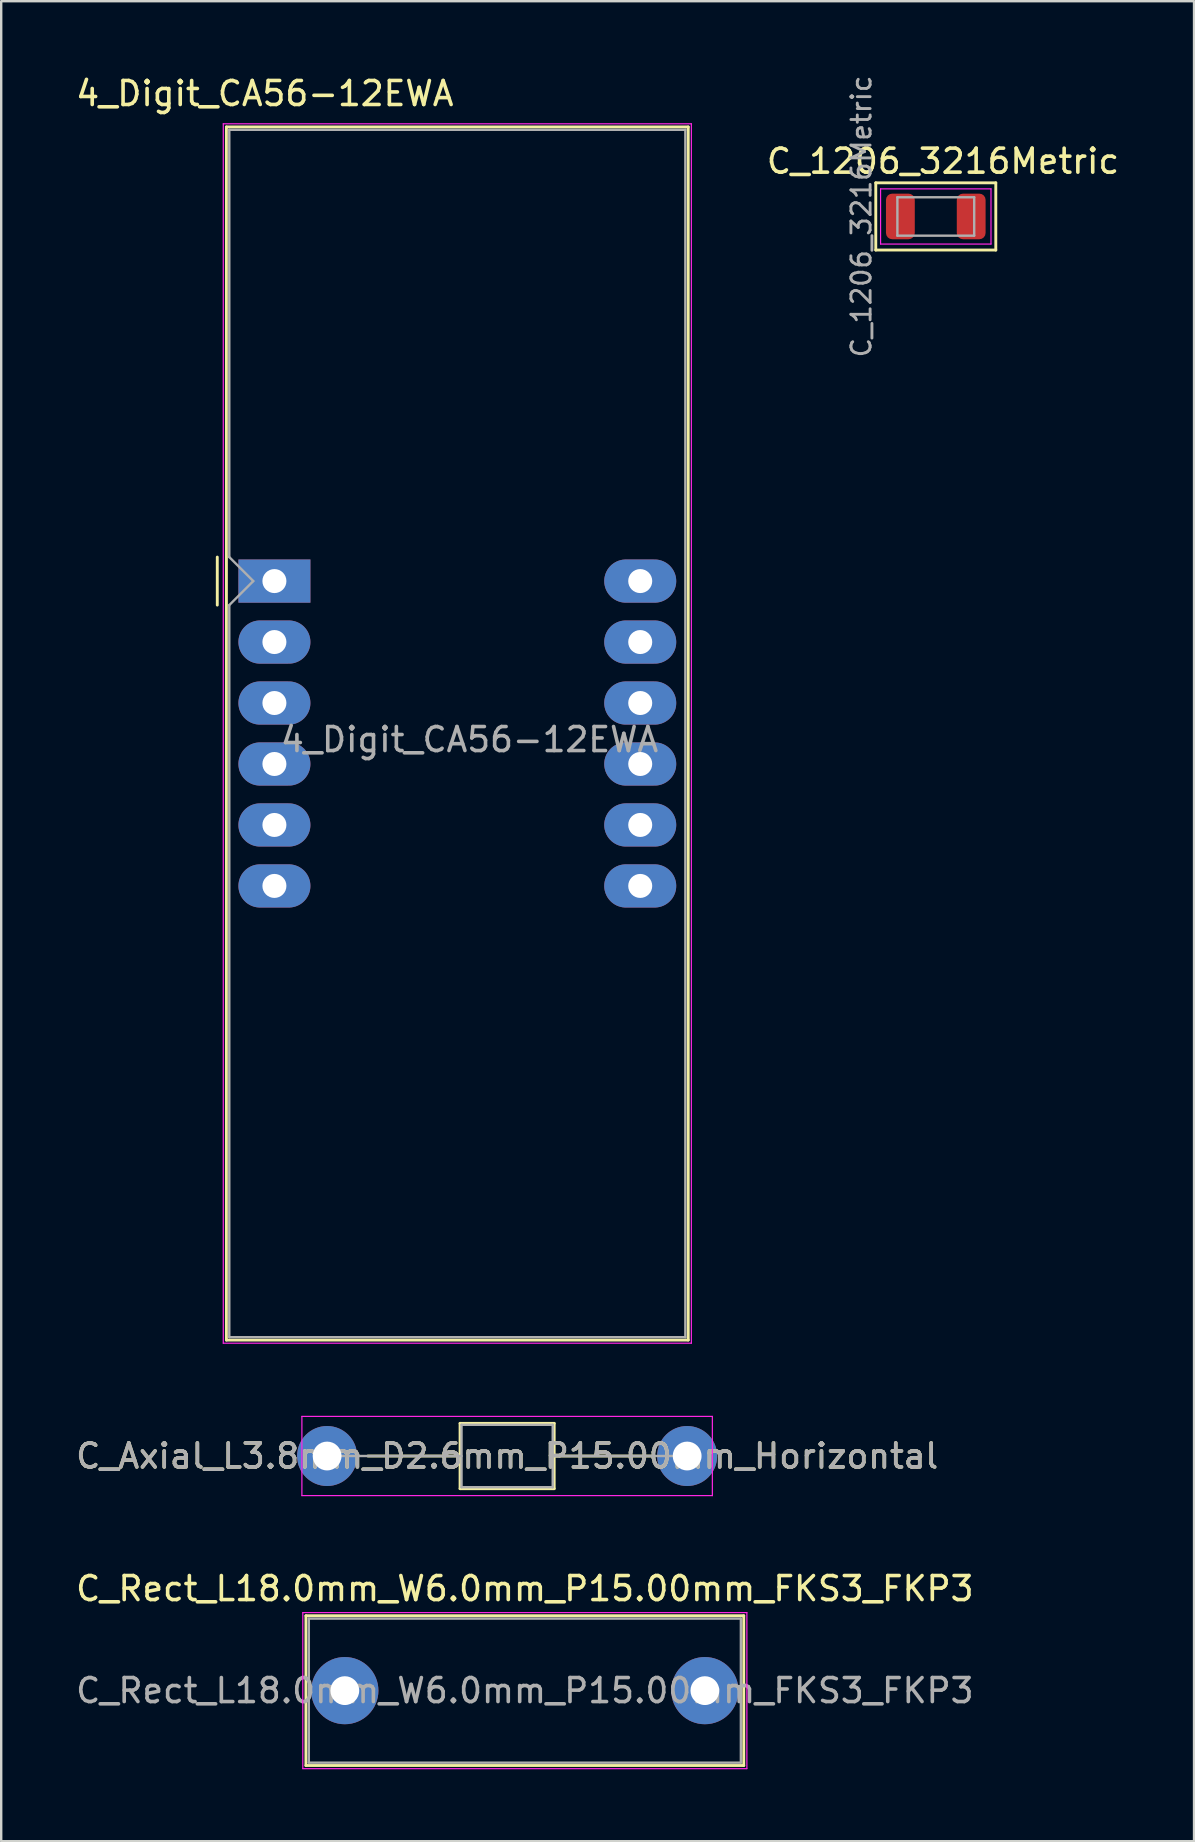
<source format=kicad_pcb>
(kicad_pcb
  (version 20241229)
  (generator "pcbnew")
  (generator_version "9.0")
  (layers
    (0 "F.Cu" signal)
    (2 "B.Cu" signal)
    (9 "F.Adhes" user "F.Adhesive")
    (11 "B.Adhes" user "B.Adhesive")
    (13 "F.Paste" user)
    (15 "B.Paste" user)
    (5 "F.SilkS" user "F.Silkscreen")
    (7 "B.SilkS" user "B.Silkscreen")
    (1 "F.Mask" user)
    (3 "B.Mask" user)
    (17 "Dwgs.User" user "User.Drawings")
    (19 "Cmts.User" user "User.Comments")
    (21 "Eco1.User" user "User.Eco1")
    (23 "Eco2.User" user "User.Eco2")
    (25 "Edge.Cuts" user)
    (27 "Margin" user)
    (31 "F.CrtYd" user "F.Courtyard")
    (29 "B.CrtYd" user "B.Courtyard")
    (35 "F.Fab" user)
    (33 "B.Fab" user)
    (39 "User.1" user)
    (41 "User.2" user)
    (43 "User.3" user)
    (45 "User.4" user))
  (footprint "4_Digit_CA56-12EWA"
    (layer "F.Cu")
    (at 8.382 21.158)
    (property "Reference" "4_Digit_CA56-12EWA" (at -0.4 -20.31 0) (layer "F.SilkS") (effects (font (size 1 1) (thickness 0.15))))
    (attr through_hole)
    (fp_line (start -2.38 -1) (end -2.38 1) (stroke (width 0.12) (type solid)) (layer "F.SilkS"))
    (fp_line (start -2 -18.92) (end -2 31.62) (stroke (width 0.12) (type solid)) (layer "F.SilkS"))
    (fp_line (start -2 -18.92) (end 17.24 -18.92) (stroke (width 0.12) (type solid)) (layer "F.SilkS"))
    (fp_line (start -2 31.62) (end 17.24 31.62) (stroke (width 0.12) (type solid)) (layer "F.SilkS"))
    (fp_line (start 17.24 31.62) (end 17.24 -18.92) (stroke (width 0.12) (type solid)) (layer "F.SilkS"))
    (fp_line (start -2.13 -19.05) (end 17.37 -19.05) (stroke (width 0.05) (type solid)) (layer "F.CrtYd"))
    (fp_line (start -2.13 31.75) (end -2.13 -19.05) (stroke (width 0.05) (type solid)) (layer "F.CrtYd"))
    (fp_line (start 17.37 -19.05) (end 17.37 31.75) (stroke (width 0.05) (type solid)) (layer "F.CrtYd"))
    (fp_line (start 17.37 31.75) (end -2.13 31.75) (stroke (width 0.05) (type solid)) (layer "F.CrtYd"))
    (fp_line (start -1.88 -18.8) (end 17.12 -18.8) (stroke (width 0.1) (type solid)) (layer "F.Fab"))
    (fp_line (start -1.88 -1) (end -1.88 -18.8) (stroke (width 0.1) (type solid)) (layer "F.Fab"))
    (fp_line (start -1.88 1) (end -1.88 31.5) (stroke (width 0.1) (type solid)) (layer "F.Fab"))
    (fp_line (start -1.88 1) (end -0.88 0) (stroke (width 0.1) (type solid)) (layer "F.Fab"))
    (fp_line (start -1.88 31.5) (end 17.12 31.5) (stroke (width 0.1) (type solid)) (layer "F.Fab"))
    (fp_line (start -0.88 0) (end -1.88 -1) (stroke (width 0.1) (type solid)) (layer "F.Fab"))
    (fp_line (start 17.12 -18.8) (end 17.12 31.5) (stroke (width 0.1) (type solid)) (layer "F.Fab"))
    (fp_text user "${REFERENCE}" (at 8.128 6.604 0) (layer "F.Fab") (effects (font (size 1 1) (thickness 0.15))))
    (pad "1" thru_hole rect (at 0 0) (size 3 1.8) (drill 1) (layers "*.Cu" "*.Mask"))
    (pad "2" thru_hole oval (at 0 2.54) (size 3 1.8) (drill 1) (layers "*.Cu" "*.Mask"))
    (pad "3" thru_hole oval (at 0 5.08) (size 3 1.8) (drill 1) (layers "*.Cu" "*.Mask"))
    (pad "4" thru_hole oval (at 0 7.62) (size 3 1.8) (drill 1) (layers "*.Cu" "*.Mask"))
    (pad "5" thru_hole oval (at 0 10.16) (size 3 1.8) (drill 1) (layers "*.Cu" "*.Mask"))
    (pad "6" thru_hole oval (at 0 12.7) (size 3 1.8) (drill 1) (layers "*.Cu" "*.Mask"))
    (pad "7" thru_hole oval (at 15.24 12.7) (size 3 1.8) (drill 1) (layers "*.Cu" "*.Mask"))
    (pad "8" thru_hole oval (at 15.24 10.16) (size 3 1.8) (drill 1) (layers "*.Cu" "*.Mask"))
    (pad "9" thru_hole oval (at 15.24 7.62) (size 3 1.8) (drill 1) (layers "*.Cu" "*.Mask"))
    (pad "10" thru_hole oval (at 15.24 5.08) (size 3 1.8) (drill 1) (layers "*.Cu" "*.Mask"))
    (pad "11" thru_hole oval (at 15.24 2.54) (size 3 1.8) (drill 1) (layers "*.Cu" "*.Mask"))
    (pad "12" thru_hole oval (at 15.24 0) (size 3 1.8) (drill 1) (layers "*.Cu" "*.Mask")))
  (footprint "C_Axial_L3.8mm_D2.6mm_P15.00mm_Horizontal"
    (layer "F.Cu")
    (at 10.577 57.608)
    (property "Reference" "C_Axial_L3.8mm_D2.6mm_P15.00mm_Horizontal" (at 7.5 0 0) (layer "F.SilkS") (effects (font (size 1 1) (thickness 0.15))))
    (attr through_hole)
    (fp_line (start 5.5 0) (end 1.7 0) (stroke (width 0.12) (type solid)) (layer "F.SilkS"))
    (fp_line (start 5.54 -1.36) (end 5.54 1.36) (stroke (width 0.12) (type solid)) (layer "F.SilkS"))
    (fp_line (start 5.54 1.36) (end 9.46 1.36) (stroke (width 0.12) (type solid)) (layer "F.SilkS"))
    (fp_line (start 9.46 -1.36) (end 5.54 -1.36) (stroke (width 0.12) (type solid)) (layer "F.SilkS"))
    (fp_line (start 9.46 1.36) (end 9.46 -1.36) (stroke (width 0.12) (type solid)) (layer "F.SilkS"))
    (fp_line (start 9.5 0) (end 13.5 0) (stroke (width 0.12) (type solid)) (layer "F.SilkS"))
    (fp_line (start -1.05 -1.65) (end -1.05 1.65) (stroke (width 0.05) (type solid)) (layer "F.CrtYd"))
    (fp_line (start -1.05 1.65) (end 16.05 1.65) (stroke (width 0.05) (type solid)) (layer "F.CrtYd"))
    (fp_line (start 16.05 -1.65) (end -1.05 -1.65) (stroke (width 0.05) (type solid)) (layer "F.CrtYd"))
    (fp_line (start 16.05 1.65) (end 16.05 -1.65) (stroke (width 0.05) (type solid)) (layer "F.CrtYd"))
    (fp_line (start 0 0) (end 5.6 0) (stroke (width 0.1) (type solid)) (layer "F.Fab"))
    (fp_line (start 5.6 -1.3) (end 5.6 1.3) (stroke (width 0.1) (type solid)) (layer "F.Fab"))
    (fp_line (start 5.6 1.3) (end 9.4 1.3) (stroke (width 0.1) (type solid)) (layer "F.Fab"))
    (fp_line (start 9.4 -1.3) (end 5.6 -1.3) (stroke (width 0.1) (type solid)) (layer "F.Fab"))
    (fp_line (start 9.4 1.3) (end 9.4 -1.3) (stroke (width 0.1) (type solid)) (layer "F.Fab"))
    (fp_line (start 15 0) (end 9.4 0) (stroke (width 0.1) (type solid)) (layer "F.Fab"))
    (fp_text user "${REFERENCE}" (at 7.5 0 0) (layer "F.Fab") (effects (font (size 1 1) (thickness 0.15))))
    (pad "1" thru_hole circle (at 0 0) (size 2.5 2.5) (drill 1.2) (layers "*.Cu" "*.Mask"))
    (pad "2" thru_hole circle (at 15 0) (size 2.5 2.5) (drill 1.2) (layers "*.Cu" "*.Mask")))
  (footprint "C_Rect_L18.0mm_W6.0mm_P15.00mm_FKS3_FKP3"
    (layer "F.Cu")
    (at 11.315 67.382)
    (property "Reference" "C_Rect_L18.0mm_W6.0mm_P15.00mm_FKS3_FKP3" (at 7.5 -4.25 0) (layer "F.SilkS") (effects (font (size 1 1) (thickness 0.15))))
    (attr through_hole)
    (fp_line (start -1.62 -3.12) (end -1.62 3.12) (stroke (width 0.12) (type solid)) (layer "F.SilkS"))
    (fp_line (start -1.62 -3.12) (end 16.62 -3.12) (stroke (width 0.12) (type solid)) (layer "F.SilkS"))
    (fp_line (start -1.62 3.12) (end 16.62 3.12) (stroke (width 0.12) (type solid)) (layer "F.SilkS"))
    (fp_line (start 16.62 -3.12) (end 16.62 3.12) (stroke (width 0.12) (type solid)) (layer "F.SilkS"))
    (fp_line (start -1.75 -3.25) (end -1.75 3.25) (stroke (width 0.05) (type solid)) (layer "F.CrtYd"))
    (fp_line (start -1.75 3.25) (end 16.75 3.25) (stroke (width 0.05) (type solid)) (layer "F.CrtYd"))
    (fp_line (start 16.75 -3.25) (end -1.75 -3.25) (stroke (width 0.05) (type solid)) (layer "F.CrtYd"))
    (fp_line (start 16.75 3.25) (end 16.75 -3.25) (stroke (width 0.05) (type solid)) (layer "F.CrtYd"))
    (fp_line (start -1.5 -3) (end -1.5 3) (stroke (width 0.1) (type solid)) (layer "F.Fab"))
    (fp_line (start -1.5 3) (end 16.5 3) (stroke (width 0.1) (type solid)) (layer "F.Fab"))
    (fp_line (start 16.5 -3) (end -1.5 -3) (stroke (width 0.1) (type solid)) (layer "F.Fab"))
    (fp_line (start 16.5 3) (end 16.5 -3) (stroke (width 0.1) (type solid)) (layer "F.Fab"))
    (fp_text user "${REFERENCE}" (at 7.5 0 0) (layer "F.Fab") (effects (font (size 1 1) (thickness 0.15))))
    (pad "1" thru_hole circle (at 0 0) (size 2.8 2.8) (drill 1.2) (layers "*.Cu" "*.Mask"))
    (pad "2" thru_hole circle (at 15 0) (size 2.8 2.8) (drill 1.2) (layers "*.Cu" "*.Mask")))
  (footprint "C_1206_3216Metric"
    (layer "F.Cu")
    (at 35.935 5.967)
    (property "Reference" "C_1206_3216Metric" (at 0.3 -2.3 0) (layer "F.SilkS") (effects (font (size 1 1) (thickness 0.15))))
    (attr smd)
    (fp_line (start -2.5 -1.4) (end 2.5 -1.4) (stroke (width 0.12) (type solid)) (layer "F.SilkS"))
    (fp_line (start -2.5 1.4) (end -2.5 -1.4) (stroke (width 0.12) (type solid)) (layer "F.SilkS"))
    (fp_line (start 2.5 -1.4) (end 2.5 1.4) (stroke (width 0.12) (type solid)) (layer "F.SilkS"))
    (fp_line (start 2.5 1.4) (end -2.5 1.4) (stroke (width 0.12) (type solid)) (layer "F.SilkS"))
    (fp_line (start -2.3 -1.15) (end 2.3 -1.15) (stroke (width 0.05) (type solid)) (layer "F.CrtYd"))
    (fp_line (start -2.3 1.15) (end -2.3 -1.15) (stroke (width 0.05) (type solid)) (layer "F.CrtYd"))
    (fp_line (start 2.3 -1.15) (end 2.3 1.15) (stroke (width 0.05) (type solid)) (layer "F.CrtYd"))
    (fp_line (start 2.3 1.15) (end -2.3 1.15) (stroke (width 0.05) (type solid)) (layer "F.CrtYd"))
    (fp_line (start -1.6 -0.8) (end 1.6 -0.8) (stroke (width 0.1) (type solid)) (layer "F.Fab"))
    (fp_line (start -1.6 0.8) (end -1.6 -0.8) (stroke (width 0.1) (type solid)) (layer "F.Fab"))
    (fp_line (start 1.6 -0.8) (end 1.6 0.8) (stroke (width 0.1) (type solid)) (layer "F.Fab"))
    (fp_line (start 1.6 0.8) (end -1.6 0.8) (stroke (width 0.1) (type solid)) (layer "F.Fab"))
    (fp_text user "${REFERENCE}" (at -3.1 0 90) (layer "F.Fab") (effects (font (size 0.8 0.8) (thickness 0.12))))
    (pad "1" smd roundrect (at -1.475 0) (size 1.2 1.9) (layers "F.Cu" "F.Mask" "F.Paste") (roundrect_rratio 0.217))
    (pad "2" smd roundrect (at 1.475 0) (size 1.2 1.9) (layers "F.Cu" "F.Mask" "F.Paste") (roundrect_rratio 0.217)))
  (gr_rect
    (start -3 -3)
    (end 46.694 73.656)
    (stroke (width 0.1) (type default))
    (fill no)
    (layer "Edge.Cuts")))
</source>
